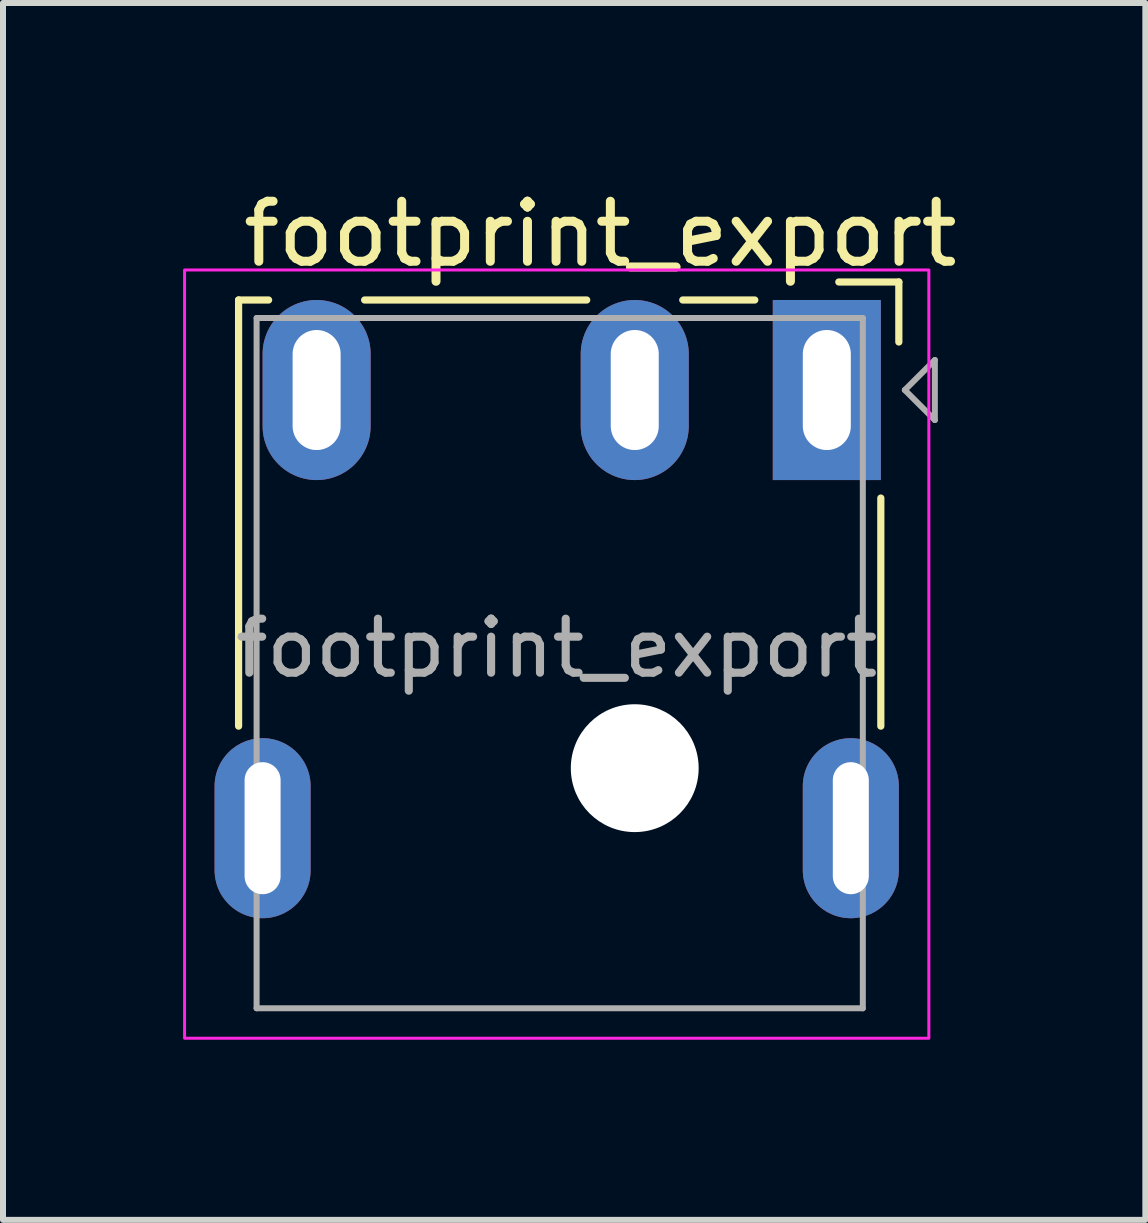
<source format=kicad_pcb>
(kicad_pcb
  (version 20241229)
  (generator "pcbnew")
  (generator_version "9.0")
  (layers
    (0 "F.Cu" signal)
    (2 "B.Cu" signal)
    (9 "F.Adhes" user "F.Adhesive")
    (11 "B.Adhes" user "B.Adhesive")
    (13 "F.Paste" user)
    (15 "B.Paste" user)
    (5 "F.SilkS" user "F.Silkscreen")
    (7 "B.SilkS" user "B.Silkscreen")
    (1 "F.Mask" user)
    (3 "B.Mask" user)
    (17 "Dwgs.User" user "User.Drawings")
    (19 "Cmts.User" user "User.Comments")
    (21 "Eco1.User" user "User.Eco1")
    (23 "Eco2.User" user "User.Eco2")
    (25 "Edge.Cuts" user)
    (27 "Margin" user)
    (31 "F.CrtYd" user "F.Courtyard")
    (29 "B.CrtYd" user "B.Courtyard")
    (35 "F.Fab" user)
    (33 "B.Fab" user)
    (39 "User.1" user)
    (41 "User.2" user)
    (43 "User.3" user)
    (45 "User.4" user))
  (footprint "footprint_export"
    (layer "F.Cu")
    (at 10.725 3.448)
    (property "Reference" "footprint_export" (at -9.8 -2.6 0) (layer "F.SilkS") (effects (font (size 1 1) (thickness 0.15)) (justify left)))
    (attr through_hole)
    (fp_line (start -9.8 5.6) (end -9.8 -1.5) (stroke (width 0.12) (type default)) (layer "F.SilkS"))
    (fp_line (start -9.3 -1.5) (end -9.8 -1.5) (stroke (width 0.12) (type default)) (layer "F.SilkS"))
    (fp_line (start -4 -1.5) (end -7.7 -1.5) (stroke (width 0.12) (type default)) (layer "F.SilkS"))
    (fp_line (start -1.2 -1.5) (end -2.4 -1.5) (stroke (width 0.12) (type default)) (layer "F.SilkS"))
    (fp_line (start 0.9 5.6) (end 0.9 1.8) (stroke (width 0.12) (type default)) (layer "F.SilkS"))
    (fp_line (start 1.2 -1.8) (end 0.2 -1.8) (stroke (width 0.12) (type default)) (layer "F.SilkS"))
    (fp_line (start 1.2 -1.8) (end 1.2 -0.8) (stroke (width 0.12) (type default)) (layer "F.SilkS"))
    (fp_rect (start -10.7 -2) (end 1.7 10.8) (stroke (width 0.05) (type default)) (fill no) (layer "F.CrtYd"))
    (fp_line (start -9.5 -1.2) (end 0.6 -1.2) (stroke (width 0.1) (type default)) (layer "F.Fab"))
    (fp_line (start -9.5 10.3) (end -9.5 -1.2) (stroke (width 0.1) (type default)) (layer "F.Fab"))
    (fp_line (start 0.6 -1.2) (end 0.6 10.3) (stroke (width 0.1) (type default)) (layer "F.Fab"))
    (fp_line (start 0.6 10.3) (end -9.5 10.3) (stroke (width 0.1) (type default)) (layer "F.Fab"))
    (fp_line (start 1.3 0) (end 1.8 -0.5) (stroke (width 0.1) (type default)) (layer "F.Fab"))
    (fp_line (start 1.3 0) (end 1.8 0.5) (stroke (width 0.1) (type default)) (layer "F.Fab"))
    (fp_line (start 1.8 -0.5) (end 1.8 0.5) (stroke (width 0.1) (type default)) (layer "F.Fab"))
    (fp_text user "${REFERENCE}" (at -4.5 4.3 0) (layer "F.Fab") (effects (font (size 0.9 0.9) (thickness 0.135))))
    (pad "" np_thru_hole circle (at -3.2 6.3 180) (size 2.13 2.13) (drill 2.13) (layers "*.Cu" "*.Mask"))
    (pad "1" thru_hole rect (at 0 0 180) (size 1.8 3) (drill oval 0.8 2) (layers "*.Cu" "*.Mask"))
    (pad "2" thru_hole oval (at -8.5 0 180) (size 1.8 3) (drill oval 0.8 2) (layers "*.Cu" "*.Mask"))
    (pad "3" thru_hole oval (at -3.2 0 180) (size 1.8 3) (drill oval 0.8 2) (layers "*.Cu" "*.Mask"))
    (pad "SH" thru_hole oval (at -9.4 7.3 180) (size 1.6 3) (drill oval 0.6 2.2) (layers "*.Cu" "*.Mask"))
    (pad "SH" thru_hole oval (at 0.4 7.3 180) (size 1.6 3) (drill oval 0.6 2.2) (layers "*.Cu" "*.Mask")))
  (gr_rect
    (start -3 -3)
    (end 16.032 17.273)
    (stroke (width 0.1) (type default))
    (fill no)
    (layer "Edge.Cuts")))
</source>
